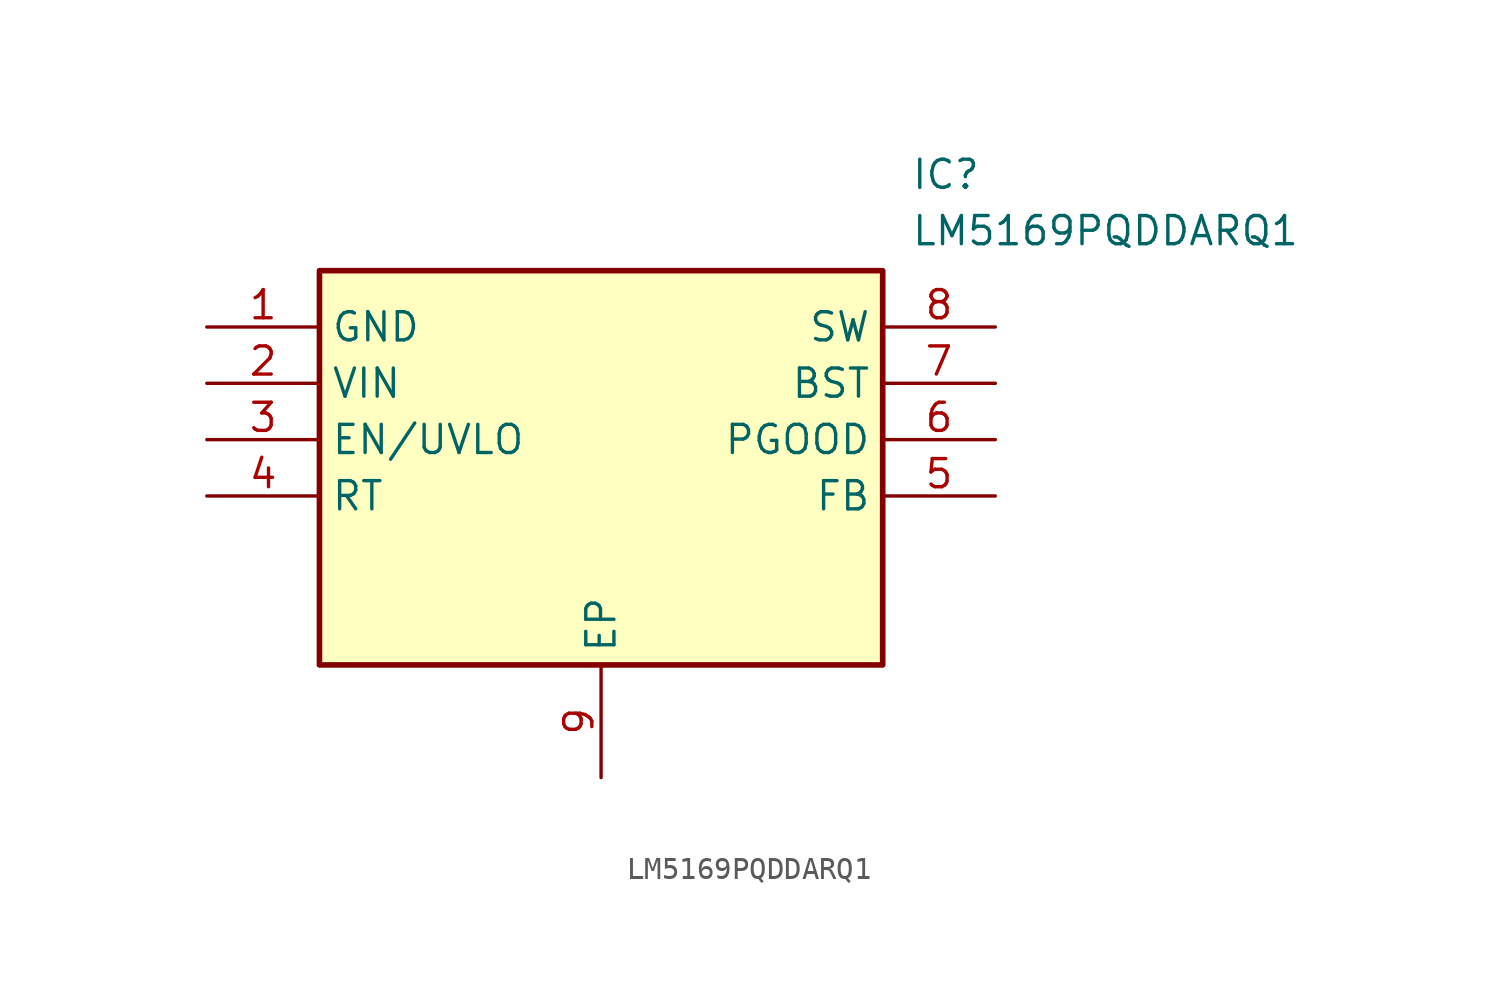
<source format=kicad_sym>
(kicad_symbol_lib
  (version 20211014)
  (generator SamacSys_ECAD_Model)
  (symbol "LM5169PQDDARQ1"
    (property "Reference" "IC"
      (at 31.75 7.62 0)
      (effects (font (size 1.27 1.27)) (justify left top)))
    (property "Value" "LM5169PQDDARQ1"
      (at 31.75 5.08 0)
      (effects (font (size 1.27 1.27)) (justify left top)))
    (rectangle
      (start 5.08 2.54)
      (end 30.48 -15.24)
      (stroke (width 0.254) (type default))
      (fill (type background)))
    (pin passive line
      (at 0 0 0)
      (length 5.08)
      (name "GND" (effects (font (size 1.27 1.27))))
      (number "1" (effects (font (size 1.27 1.27)))))
    (pin passive line
      (at 0 -2.54 0)
      (length 5.08)
      (name "VIN" (effects (font (size 1.27 1.27))))
      (number "2" (effects (font (size 1.27 1.27)))))
    (pin passive line
      (at 0 -5.08 0)
      (length 5.08)
      (name "EN/UVLO" (effects (font (size 1.27 1.27))))
      (number "3" (effects (font (size 1.27 1.27)))))
    (pin passive line
      (at 0 -7.62 0)
      (length 5.08)
      (name "RT" (effects (font (size 1.27 1.27))))
      (number "4" (effects (font (size 1.27 1.27)))))
    (pin passive line
      (at 17.78 -20.32 90)
      (length 5.08)
      (name "EP" (effects (font (size 1.27 1.27))))
      (number "9" (effects (font (size 1.27 1.27)))))
    (pin passive line
      (at 35.56 0 180)
      (length 5.08)
      (name "SW" (effects (font (size 1.27 1.27))))
      (number "8" (effects (font (size 1.27 1.27)))))
    (pin passive line
      (at 35.56 -2.54 180)
      (length 5.08)
      (name "BST" (effects (font (size 1.27 1.27))))
      (number "7" (effects (font (size 1.27 1.27)))))
    (pin passive line
      (at 35.56 -5.08 180)
      (length 5.08)
      (name "PGOOD" (effects (font (size 1.27 1.27))))
      (number "6" (effects (font (size 1.27 1.27)))))
    (pin passive line
      (at 35.56 -7.62 180)
      (length 5.08)
      (name "FB" (effects (font (size 1.27 1.27))))
      (number "5" (effects (font (size 1.27 1.27)))))))
</source>
